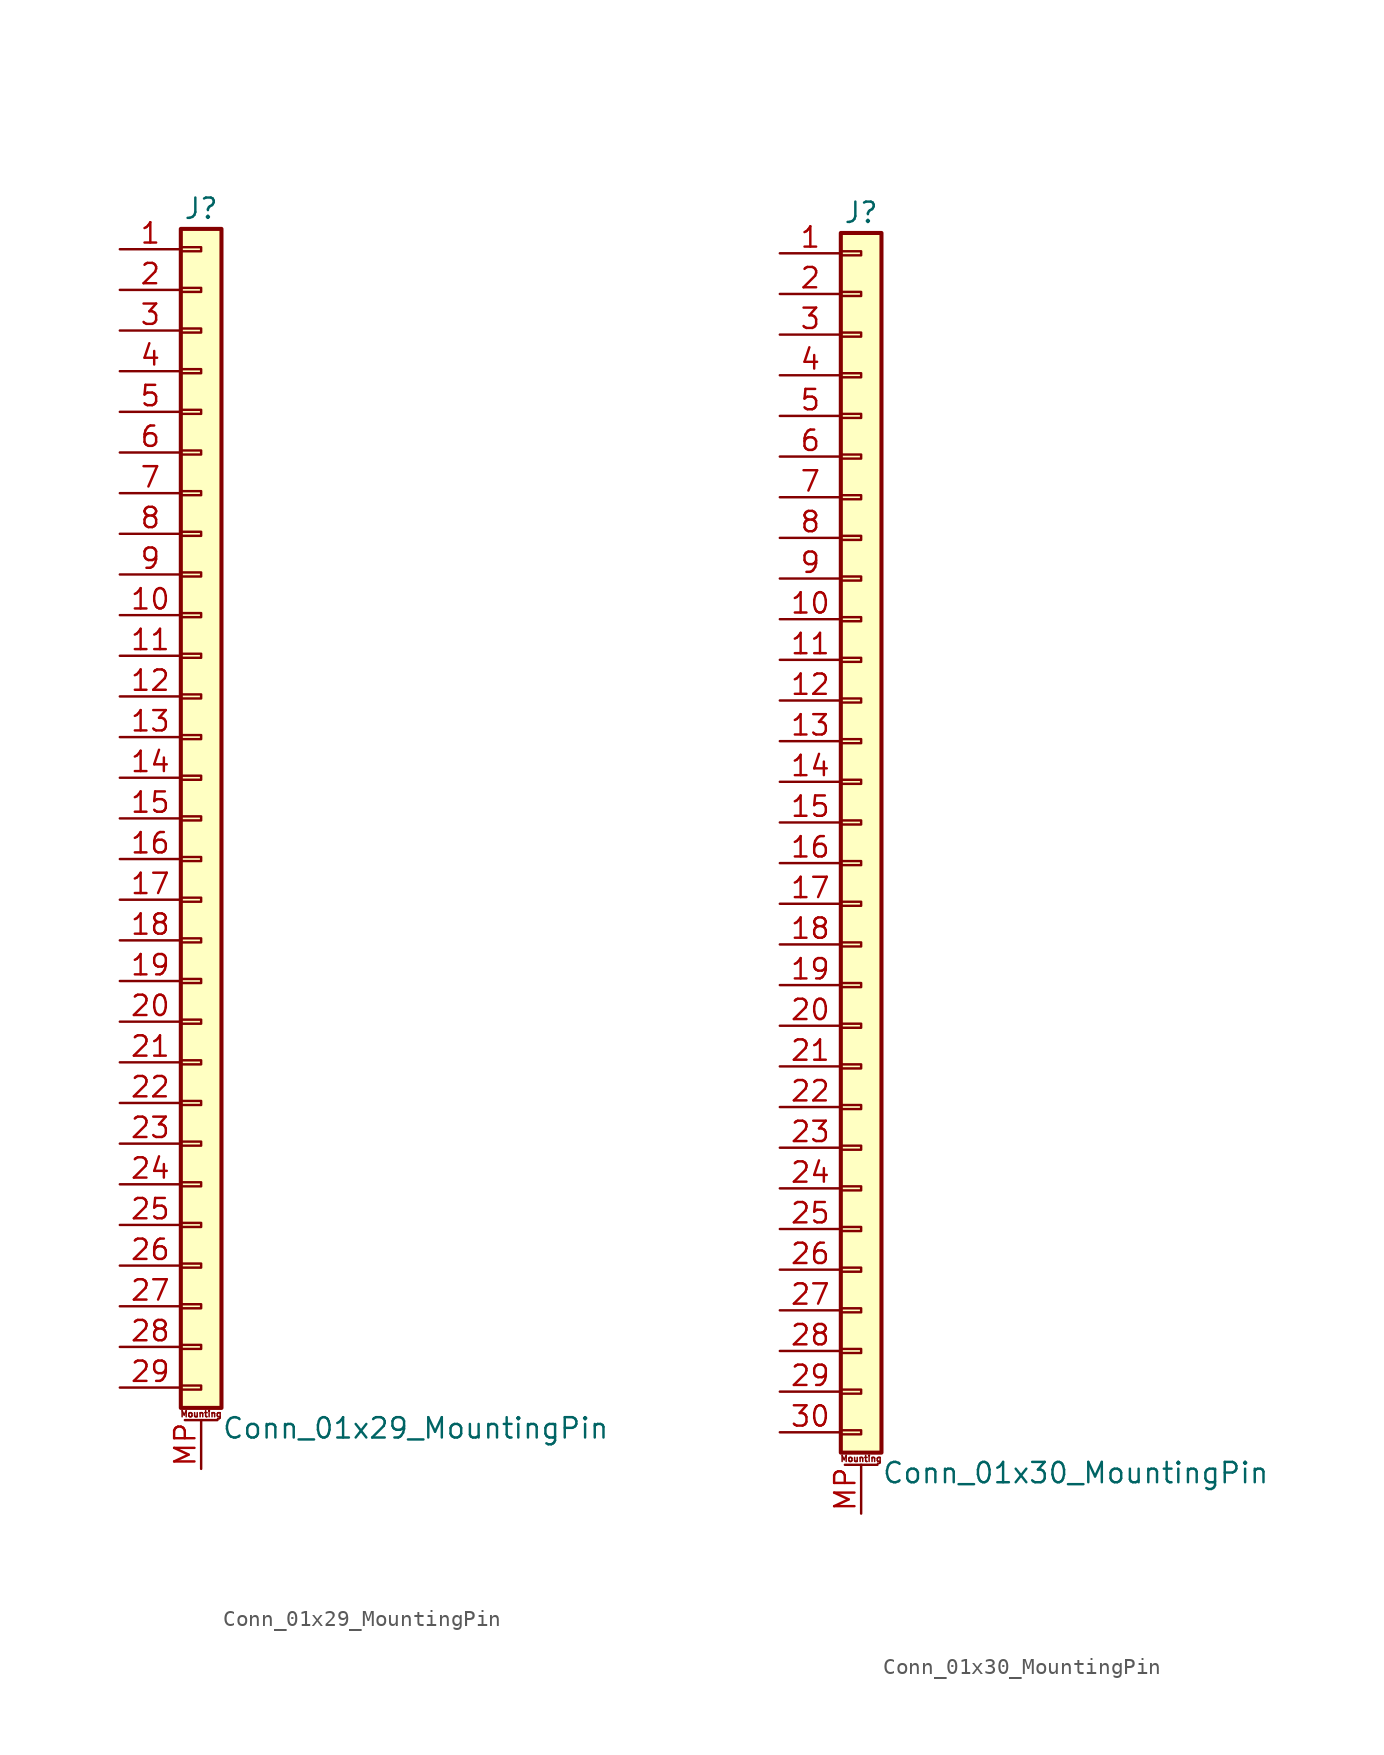
<source format=kicad_sym>
(kicad_symbol_lib
  (version 20201005)
  (generator kicad_symbol_editor)
  (symbol "Connector_Generic_MountingPin:Conn_01x29_MountingPin"
    (pin_names
      (offset 1.016) hide)
    (property "Reference" "J"
      (at 0 38.1 0)
      (effects (font (size 1.27 1.27))))
    (property "Value" "Conn_01x29_MountingPin"
      (at 1.27 -38.1 0)
      (effects (font (size 1.27 1.27)) (justify left)))
    (symbol "Conn_01x29_MountingPin_1_1"
      (text "Mounting" (at 0 -37.211 0) (effects (font (size 0.381 0.381))))
      (rectangle (start -1.27 -27.813) (end 0 -28.067) (stroke (width 0.152)) (fill (type none)))
      (rectangle (start -1.27 -30.353) (end 0 -30.607) (stroke (width 0.152)) (fill (type none)))
      (rectangle (start -1.27 -32.893) (end 0 -33.147) (stroke (width 0.152)) (fill (type none)))
      (rectangle (start -1.27 -35.433) (end 0 -35.687) (stroke (width 0.152)) (fill (type none)))
      (rectangle (start -1.27 -4.953) (end 0 -5.207) (stroke (width 0.152)) (fill (type none)))
      (rectangle (start -1.27 -7.493) (end 0 -7.747) (stroke (width 0.152)) (fill (type none)))
      (rectangle (start -1.27 -10.033) (end 0 -10.287) (stroke (width 0.152)) (fill (type none)))
      (rectangle (start -1.27 -12.573) (end 0 -12.827) (stroke (width 0.152)) (fill (type none)))
      (rectangle (start -1.27 -15.113) (end 0 -15.367) (stroke (width 0.152)) (fill (type none)))
      (rectangle (start -1.27 -17.653) (end 0 -17.907) (stroke (width 0.152)) (fill (type none)))
      (rectangle (start -1.27 -20.193) (end 0 -20.447) (stroke (width 0.152)) (fill (type none)))
      (rectangle (start -1.27 -22.733) (end 0 -22.987) (stroke (width 0.152)) (fill (type none)))
      (rectangle (start -1.27 -2.413) (end 0 -2.667) (stroke (width 0.152)) (fill (type none)))
      (rectangle (start -1.27 -25.273) (end 0 -25.527) (stroke (width 0.152)) (fill (type none)))
      (rectangle (start -1.27 25.527) (end 0 25.273) (stroke (width 0.152)) (fill (type none)))
      (rectangle (start -1.27 2.667) (end 0 2.413) (stroke (width 0.152)) (fill (type none)))
      (rectangle (start -1.27 28.067) (end 0 27.813) (stroke (width 0.152)) (fill (type none)))
      (rectangle (start -1.27 30.607) (end 0 30.353) (stroke (width 0.152)) (fill (type none)))
      (rectangle (start -1.27 33.147) (end 0 32.893) (stroke (width 0.152)) (fill (type none)))
      (rectangle (start -1.27 35.687) (end 0 35.433) (stroke (width 0.152)) (fill (type none)))
      (rectangle (start -1.27 36.83) (end 1.27 -36.83) (stroke (width 0.254)) (fill (type background)))
      (rectangle (start -1.27 5.207) (end 0 4.953) (stroke (width 0.152)) (fill (type none)))
      (rectangle (start -1.27 7.747) (end 0 7.493) (stroke (width 0.152)) (fill (type none)))
      (rectangle (start -1.27 10.287) (end 0 10.033) (stroke (width 0.152)) (fill (type none)))
      (rectangle (start -1.27 0.127) (end 0 -0.127) (stroke (width 0.152)) (fill (type none)))
      (rectangle (start -1.27 12.827) (end 0 12.573) (stroke (width 0.152)) (fill (type none)))
      (rectangle (start -1.27 15.367) (end 0 15.113) (stroke (width 0.152)) (fill (type none)))
      (rectangle (start -1.27 17.907) (end 0 17.653) (stroke (width 0.152)) (fill (type none)))
      (rectangle (start -1.27 20.447) (end 0 20.193) (stroke (width 0.152)) (fill (type none)))
      (rectangle (start -1.27 22.987) (end 0 22.733) (stroke (width 0.152)) (fill (type none)))
      (polyline (pts (xy -1.016 -37.592) (xy 1.016 -37.592)) (stroke (width 0.152)) (fill (type none)))
      (pin passive line (at 0 -40.64 90) (length 3.048) (name "MountPin" (effects (font (size 1.27 1.27)))) (number "MP" (effects (font (size 1.27 1.27)))))
      (pin passive line (at -5.08 35.56 0) (length 3.81) (name "Pin_1" (effects (font (size 1.27 1.27)))) (number "1" (effects (font (size 1.27 1.27)))))
      (pin passive line (at -5.08 12.7 0) (length 3.81) (name "Pin_10" (effects (font (size 1.27 1.27)))) (number "10" (effects (font (size 1.27 1.27)))))
      (pin passive line (at -5.08 10.16 0) (length 3.81) (name "Pin_11" (effects (font (size 1.27 1.27)))) (number "11" (effects (font (size 1.27 1.27)))))
      (pin passive line (at -5.08 7.62 0) (length 3.81) (name "Pin_12" (effects (font (size 1.27 1.27)))) (number "12" (effects (font (size 1.27 1.27)))))
      (pin passive line (at -5.08 5.08 0) (length 3.81) (name "Pin_13" (effects (font (size 1.27 1.27)))) (number "13" (effects (font (size 1.27 1.27)))))
      (pin passive line (at -5.08 2.54 0) (length 3.81) (name "Pin_14" (effects (font (size 1.27 1.27)))) (number "14" (effects (font (size 1.27 1.27)))))
      (pin passive line (at -5.08 0 0) (length 3.81) (name "Pin_15" (effects (font (size 1.27 1.27)))) (number "15" (effects (font (size 1.27 1.27)))))
      (pin passive line (at -5.08 -2.54 0) (length 3.81) (name "Pin_16" (effects (font (size 1.27 1.27)))) (number "16" (effects (font (size 1.27 1.27)))))
      (pin passive line (at -5.08 -5.08 0) (length 3.81) (name "Pin_17" (effects (font (size 1.27 1.27)))) (number "17" (effects (font (size 1.27 1.27)))))
      (pin passive line (at -5.08 -7.62 0) (length 3.81) (name "Pin_18" (effects (font (size 1.27 1.27)))) (number "18" (effects (font (size 1.27 1.27)))))
      (pin passive line (at -5.08 -10.16 0) (length 3.81) (name "Pin_19" (effects (font (size 1.27 1.27)))) (number "19" (effects (font (size 1.27 1.27)))))
      (pin passive line (at -5.08 33.02 0) (length 3.81) (name "Pin_2" (effects (font (size 1.27 1.27)))) (number "2" (effects (font (size 1.27 1.27)))))
      (pin passive line (at -5.08 -12.7 0) (length 3.81) (name "Pin_20" (effects (font (size 1.27 1.27)))) (number "20" (effects (font (size 1.27 1.27)))))
      (pin passive line (at -5.08 -15.24 0) (length 3.81) (name "Pin_21" (effects (font (size 1.27 1.27)))) (number "21" (effects (font (size 1.27 1.27)))))
      (pin passive line (at -5.08 -17.78 0) (length 3.81) (name "Pin_22" (effects (font (size 1.27 1.27)))) (number "22" (effects (font (size 1.27 1.27)))))
      (pin passive line (at -5.08 -20.32 0) (length 3.81) (name "Pin_23" (effects (font (size 1.27 1.27)))) (number "23" (effects (font (size 1.27 1.27)))))
      (pin passive line (at -5.08 -22.86 0) (length 3.81) (name "Pin_24" (effects (font (size 1.27 1.27)))) (number "24" (effects (font (size 1.27 1.27)))))
      (pin passive line (at -5.08 -25.4 0) (length 3.81) (name "Pin_25" (effects (font (size 1.27 1.27)))) (number "25" (effects (font (size 1.27 1.27)))))
      (pin passive line (at -5.08 -27.94 0) (length 3.81) (name "Pin_26" (effects (font (size 1.27 1.27)))) (number "26" (effects (font (size 1.27 1.27)))))
      (pin passive line (at -5.08 -30.48 0) (length 3.81) (name "Pin_27" (effects (font (size 1.27 1.27)))) (number "27" (effects (font (size 1.27 1.27)))))
      (pin passive line (at -5.08 -33.02 0) (length 3.81) (name "Pin_28" (effects (font (size 1.27 1.27)))) (number "28" (effects (font (size 1.27 1.27)))))
      (pin passive line (at -5.08 -35.56 0) (length 3.81) (name "Pin_29" (effects (font (size 1.27 1.27)))) (number "29" (effects (font (size 1.27 1.27)))))
      (pin passive line (at -5.08 30.48 0) (length 3.81) (name "Pin_3" (effects (font (size 1.27 1.27)))) (number "3" (effects (font (size 1.27 1.27)))))
      (pin passive line (at -5.08 27.94 0) (length 3.81) (name "Pin_4" (effects (font (size 1.27 1.27)))) (number "4" (effects (font (size 1.27 1.27)))))
      (pin passive line (at -5.08 25.4 0) (length 3.81) (name "Pin_5" (effects (font (size 1.27 1.27)))) (number "5" (effects (font (size 1.27 1.27)))))
      (pin passive line (at -5.08 22.86 0) (length 3.81) (name "Pin_6" (effects (font (size 1.27 1.27)))) (number "6" (effects (font (size 1.27 1.27)))))
      (pin passive line (at -5.08 20.32 0) (length 3.81) (name "Pin_7" (effects (font (size 1.27 1.27)))) (number "7" (effects (font (size 1.27 1.27)))))
      (pin passive line (at -5.08 17.78 0) (length 3.81) (name "Pin_8" (effects (font (size 1.27 1.27)))) (number "8" (effects (font (size 1.27 1.27)))))
      (pin passive line (at -5.08 15.24 0) (length 3.81) (name "Pin_9" (effects (font (size 1.27 1.27)))) (number "9" (effects (font (size 1.27 1.27)))))))
  (symbol "Connector_Generic_MountingPin:Conn_01x30_MountingPin"
    (pin_names
      (offset 1.016) hide)
    (property "Reference" "J"
      (at 0 38.1 0)
      (effects (font (size 1.27 1.27))))
    (property "Value" "Conn_01x30_MountingPin"
      (at 1.27 -40.64 0)
      (effects (font (size 1.27 1.27)) (justify left)))
    (symbol "Conn_01x30_MountingPin_1_1"
      (text "Mounting" (at 0 -39.751 0) (effects (font (size 0.381 0.381))))
      (rectangle (start -1.27 -27.813) (end 0 -28.067) (stroke (width 0.152)) (fill (type none)))
      (rectangle (start -1.27 -30.353) (end 0 -30.607) (stroke (width 0.152)) (fill (type none)))
      (rectangle (start -1.27 -32.893) (end 0 -33.147) (stroke (width 0.152)) (fill (type none)))
      (rectangle (start -1.27 -35.433) (end 0 -35.687) (stroke (width 0.152)) (fill (type none)))
      (rectangle (start -1.27 -37.973) (end 0 -38.227) (stroke (width 0.152)) (fill (type none)))
      (rectangle (start -1.27 -4.953) (end 0 -5.207) (stroke (width 0.152)) (fill (type none)))
      (rectangle (start -1.27 -7.493) (end 0 -7.747) (stroke (width 0.152)) (fill (type none)))
      (rectangle (start -1.27 -10.033) (end 0 -10.287) (stroke (width 0.152)) (fill (type none)))
      (rectangle (start -1.27 -12.573) (end 0 -12.827) (stroke (width 0.152)) (fill (type none)))
      (rectangle (start -1.27 -15.113) (end 0 -15.367) (stroke (width 0.152)) (fill (type none)))
      (rectangle (start -1.27 -17.653) (end 0 -17.907) (stroke (width 0.152)) (fill (type none)))
      (rectangle (start -1.27 -20.193) (end 0 -20.447) (stroke (width 0.152)) (fill (type none)))
      (rectangle (start -1.27 -22.733) (end 0 -22.987) (stroke (width 0.152)) (fill (type none)))
      (rectangle (start -1.27 -2.413) (end 0 -2.667) (stroke (width 0.152)) (fill (type none)))
      (rectangle (start -1.27 -25.273) (end 0 -25.527) (stroke (width 0.152)) (fill (type none)))
      (rectangle (start -1.27 25.527) (end 0 25.273) (stroke (width 0.152)) (fill (type none)))
      (rectangle (start -1.27 2.667) (end 0 2.413) (stroke (width 0.152)) (fill (type none)))
      (rectangle (start -1.27 28.067) (end 0 27.813) (stroke (width 0.152)) (fill (type none)))
      (rectangle (start -1.27 30.607) (end 0 30.353) (stroke (width 0.152)) (fill (type none)))
      (rectangle (start -1.27 33.147) (end 0 32.893) (stroke (width 0.152)) (fill (type none)))
      (rectangle (start -1.27 35.687) (end 0 35.433) (stroke (width 0.152)) (fill (type none)))
      (rectangle (start -1.27 36.83) (end 1.27 -39.37) (stroke (width 0.254)) (fill (type background)))
      (rectangle (start -1.27 5.207) (end 0 4.953) (stroke (width 0.152)) (fill (type none)))
      (rectangle (start -1.27 7.747) (end 0 7.493) (stroke (width 0.152)) (fill (type none)))
      (rectangle (start -1.27 10.287) (end 0 10.033) (stroke (width 0.152)) (fill (type none)))
      (rectangle (start -1.27 0.127) (end 0 -0.127) (stroke (width 0.152)) (fill (type none)))
      (rectangle (start -1.27 12.827) (end 0 12.573) (stroke (width 0.152)) (fill (type none)))
      (rectangle (start -1.27 15.367) (end 0 15.113) (stroke (width 0.152)) (fill (type none)))
      (rectangle (start -1.27 17.907) (end 0 17.653) (stroke (width 0.152)) (fill (type none)))
      (rectangle (start -1.27 20.447) (end 0 20.193) (stroke (width 0.152)) (fill (type none)))
      (rectangle (start -1.27 22.987) (end 0 22.733) (stroke (width 0.152)) (fill (type none)))
      (polyline (pts (xy -1.016 -40.132) (xy 1.016 -40.132)) (stroke (width 0.152)) (fill (type none)))
      (pin passive line (at 0 -43.18 90) (length 3.048) (name "MountPin" (effects (font (size 1.27 1.27)))) (number "MP" (effects (font (size 1.27 1.27)))))
      (pin passive line (at -5.08 35.56 0) (length 3.81) (name "Pin_1" (effects (font (size 1.27 1.27)))) (number "1" (effects (font (size 1.27 1.27)))))
      (pin passive line (at -5.08 12.7 0) (length 3.81) (name "Pin_10" (effects (font (size 1.27 1.27)))) (number "10" (effects (font (size 1.27 1.27)))))
      (pin passive line (at -5.08 10.16 0) (length 3.81) (name "Pin_11" (effects (font (size 1.27 1.27)))) (number "11" (effects (font (size 1.27 1.27)))))
      (pin passive line (at -5.08 7.62 0) (length 3.81) (name "Pin_12" (effects (font (size 1.27 1.27)))) (number "12" (effects (font (size 1.27 1.27)))))
      (pin passive line (at -5.08 5.08 0) (length 3.81) (name "Pin_13" (effects (font (size 1.27 1.27)))) (number "13" (effects (font (size 1.27 1.27)))))
      (pin passive line (at -5.08 2.54 0) (length 3.81) (name "Pin_14" (effects (font (size 1.27 1.27)))) (number "14" (effects (font (size 1.27 1.27)))))
      (pin passive line (at -5.08 0 0) (length 3.81) (name "Pin_15" (effects (font (size 1.27 1.27)))) (number "15" (effects (font (size 1.27 1.27)))))
      (pin passive line (at -5.08 -2.54 0) (length 3.81) (name "Pin_16" (effects (font (size 1.27 1.27)))) (number "16" (effects (font (size 1.27 1.27)))))
      (pin passive line (at -5.08 -5.08 0) (length 3.81) (name "Pin_17" (effects (font (size 1.27 1.27)))) (number "17" (effects (font (size 1.27 1.27)))))
      (pin passive line (at -5.08 -7.62 0) (length 3.81) (name "Pin_18" (effects (font (size 1.27 1.27)))) (number "18" (effects (font (size 1.27 1.27)))))
      (pin passive line (at -5.08 -10.16 0) (length 3.81) (name "Pin_19" (effects (font (size 1.27 1.27)))) (number "19" (effects (font (size 1.27 1.27)))))
      (pin passive line (at -5.08 33.02 0) (length 3.81) (name "Pin_2" (effects (font (size 1.27 1.27)))) (number "2" (effects (font (size 1.27 1.27)))))
      (pin passive line (at -5.08 -12.7 0) (length 3.81) (name "Pin_20" (effects (font (size 1.27 1.27)))) (number "20" (effects (font (size 1.27 1.27)))))
      (pin passive line (at -5.08 -15.24 0) (length 3.81) (name "Pin_21" (effects (font (size 1.27 1.27)))) (number "21" (effects (font (size 1.27 1.27)))))
      (pin passive line (at -5.08 -17.78 0) (length 3.81) (name "Pin_22" (effects (font (size 1.27 1.27)))) (number "22" (effects (font (size 1.27 1.27)))))
      (pin passive line (at -5.08 -20.32 0) (length 3.81) (name "Pin_23" (effects (font (size 1.27 1.27)))) (number "23" (effects (font (size 1.27 1.27)))))
      (pin passive line (at -5.08 -22.86 0) (length 3.81) (name "Pin_24" (effects (font (size 1.27 1.27)))) (number "24" (effects (font (size 1.27 1.27)))))
      (pin passive line (at -5.08 -25.4 0) (length 3.81) (name "Pin_25" (effects (font (size 1.27 1.27)))) (number "25" (effects (font (size 1.27 1.27)))))
      (pin passive line (at -5.08 -27.94 0) (length 3.81) (name "Pin_26" (effects (font (size 1.27 1.27)))) (number "26" (effects (font (size 1.27 1.27)))))
      (pin passive line (at -5.08 -30.48 0) (length 3.81) (name "Pin_27" (effects (font (size 1.27 1.27)))) (number "27" (effects (font (size 1.27 1.27)))))
      (pin passive line (at -5.08 -33.02 0) (length 3.81) (name "Pin_28" (effects (font (size 1.27 1.27)))) (number "28" (effects (font (size 1.27 1.27)))))
      (pin passive line (at -5.08 -35.56 0) (length 3.81) (name "Pin_29" (effects (font (size 1.27 1.27)))) (number "29" (effects (font (size 1.27 1.27)))))
      (pin passive line (at -5.08 30.48 0) (length 3.81) (name "Pin_3" (effects (font (size 1.27 1.27)))) (number "3" (effects (font (size 1.27 1.27)))))
      (pin passive line (at -5.08 -38.1 0) (length 3.81) (name "Pin_30" (effects (font (size 1.27 1.27)))) (number "30" (effects (font (size 1.27 1.27)))))
      (pin passive line (at -5.08 27.94 0) (length 3.81) (name "Pin_4" (effects (font (size 1.27 1.27)))) (number "4" (effects (font (size 1.27 1.27)))))
      (pin passive line (at -5.08 25.4 0) (length 3.81) (name "Pin_5" (effects (font (size 1.27 1.27)))) (number "5" (effects (font (size 1.27 1.27)))))
      (pin passive line (at -5.08 22.86 0) (length 3.81) (name "Pin_6" (effects (font (size 1.27 1.27)))) (number "6" (effects (font (size 1.27 1.27)))))
      (pin passive line (at -5.08 20.32 0) (length 3.81) (name "Pin_7" (effects (font (size 1.27 1.27)))) (number "7" (effects (font (size 1.27 1.27)))))
      (pin passive line (at -5.08 17.78 0) (length 3.81) (name "Pin_8" (effects (font (size 1.27 1.27)))) (number "8" (effects (font (size 1.27 1.27)))))
      (pin passive line (at -5.08 15.24 0) (length 3.81) (name "Pin_9" (effects (font (size 1.27 1.27)))) (number "9" (effects (font (size 1.27 1.27))))))))
</source>
